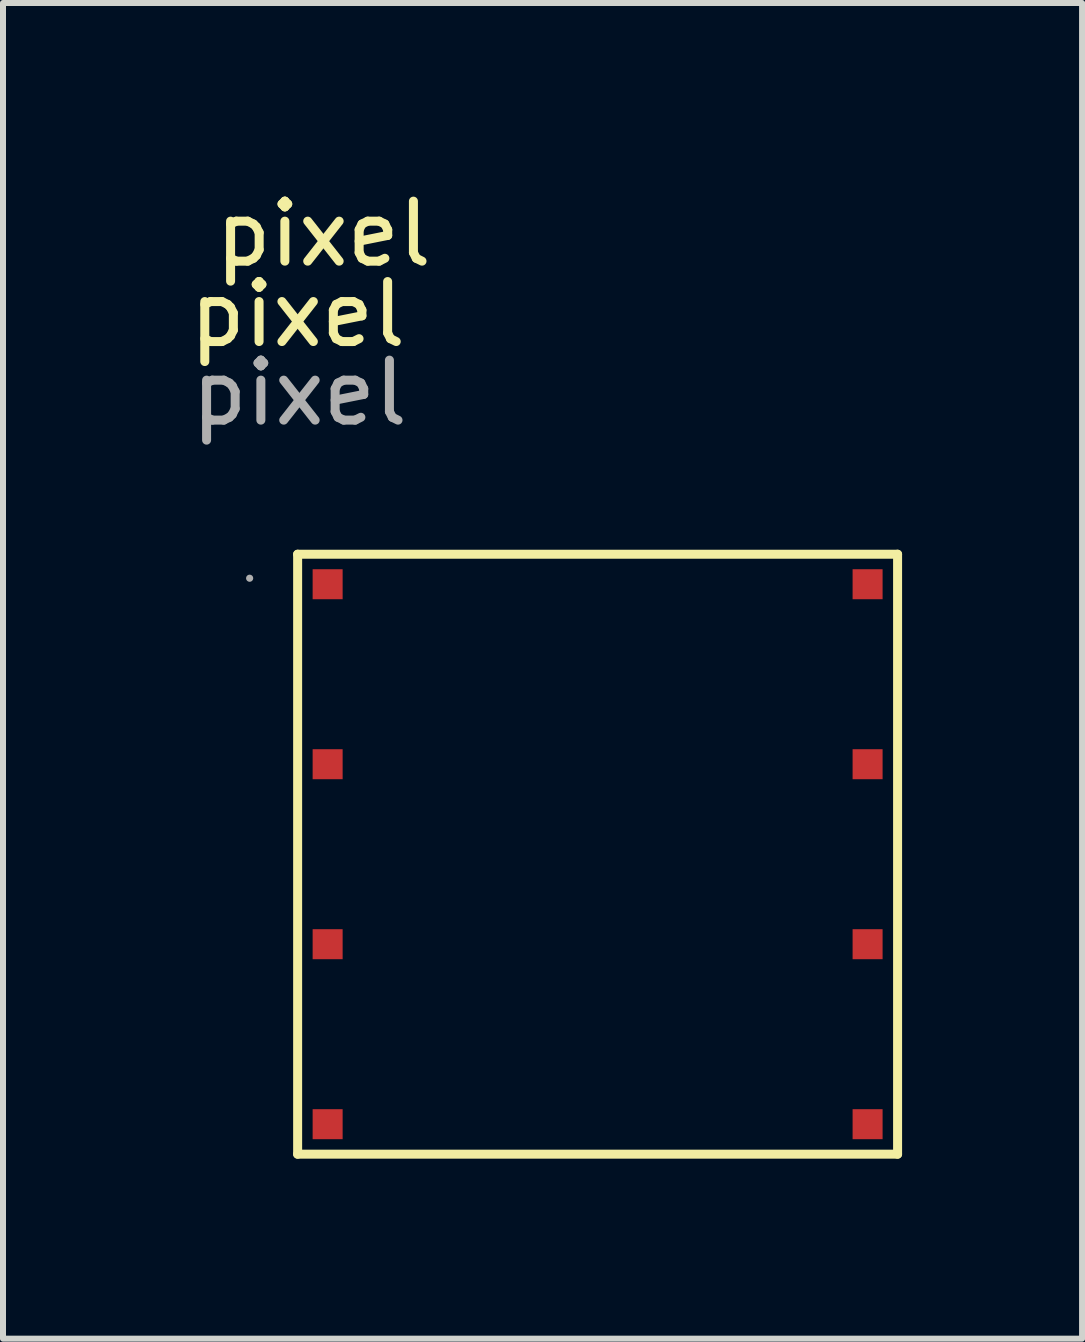
<source format=kicad_pcb>
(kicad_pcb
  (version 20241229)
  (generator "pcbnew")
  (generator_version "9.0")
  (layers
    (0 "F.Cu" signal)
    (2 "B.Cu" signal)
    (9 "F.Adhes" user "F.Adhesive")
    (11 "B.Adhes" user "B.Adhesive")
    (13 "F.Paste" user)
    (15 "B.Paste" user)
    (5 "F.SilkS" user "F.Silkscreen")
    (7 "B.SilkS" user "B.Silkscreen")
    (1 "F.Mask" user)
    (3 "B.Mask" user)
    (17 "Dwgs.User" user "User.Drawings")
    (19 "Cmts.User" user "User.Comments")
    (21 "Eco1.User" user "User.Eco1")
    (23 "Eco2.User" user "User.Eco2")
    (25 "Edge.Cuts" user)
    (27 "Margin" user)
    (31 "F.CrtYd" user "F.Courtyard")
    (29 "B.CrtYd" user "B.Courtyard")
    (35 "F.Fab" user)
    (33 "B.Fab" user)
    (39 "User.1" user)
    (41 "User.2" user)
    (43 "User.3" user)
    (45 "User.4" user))
  (footprint "pixel"
    (layer "F.Cu")
    (at 1.911 6.188)
    (property "Reference" "pixel" (at 0.43 -5.34 0) (layer "F.SilkS") (effects (font (size 1 1) (thickness 0.15))))
    (attr smd)
    (fp_line (start 0 0) (end 0 10) (stroke (width 0.15) (type solid)) (layer "F.SilkS"))
    (fp_line (start 0 0) (end 10 0) (stroke (width 0.15) (type solid)) (layer "F.SilkS"))
    (fp_line (start 0 10) (end 10 10) (stroke (width 0.15) (type solid)) (layer "F.SilkS"))
    (fp_line (start 10 0) (end 10 10) (stroke (width 0.15) (type solid)) (layer "F.SilkS"))
    (fp_circle (center -0.8 0.4) (end -0.77 0.4) (stroke (width 0.06) (type solid)) (fill no) (layer "F.Fab"))
    (fp_text user "${REFERENCE}" (at 0 -4 0) (layer "F.SilkS") (effects (font (size 1 1) (thickness 0.15))))
    (fp_text user "${REFERENCE}" (at 0.03 -2.69 0) (layer "F.Fab") (effects (font (size 1 1) (thickness 0.15))))
    (pad "1" smd rect (at 0.5 0.5) (size 0.5 0.5) (layers "F.Cu" "F.Mask" "F.Paste"))
    (pad "2" smd rect (at 0.5 3.5) (size 0.5 0.5) (layers "F.Cu" "F.Mask" "F.Paste"))
    (pad "3" smd rect (at 0.5 6.5) (size 0.5 0.5) (layers "F.Cu" "F.Mask" "F.Paste"))
    (pad "4" smd rect (at 0.5 9.5) (size 0.5 0.5) (layers "F.Cu" "F.Mask" "F.Paste"))
    (pad "5" smd rect (at 9.5 0.5) (size 0.5 0.5) (layers "F.Cu" "F.Mask" "F.Paste"))
    (pad "6" smd rect (at 9.5 3.5) (size 0.5 0.5) (layers "F.Cu" "F.Mask" "F.Paste"))
    (pad "7" smd rect (at 9.5 6.5) (size 0.5 0.5) (layers "F.Cu" "F.Mask" "F.Paste"))
    (pad "8" smd rect (at 9.5 9.5) (size 0.5 0.5) (layers "F.Cu" "F.Mask" "F.Paste")))
  (gr_rect
    (start -3 -3)
    (end 14.986 19.263)
    (stroke (width 0.1) (type default))
    (fill no)
    (layer "Edge.Cuts")))
</source>
